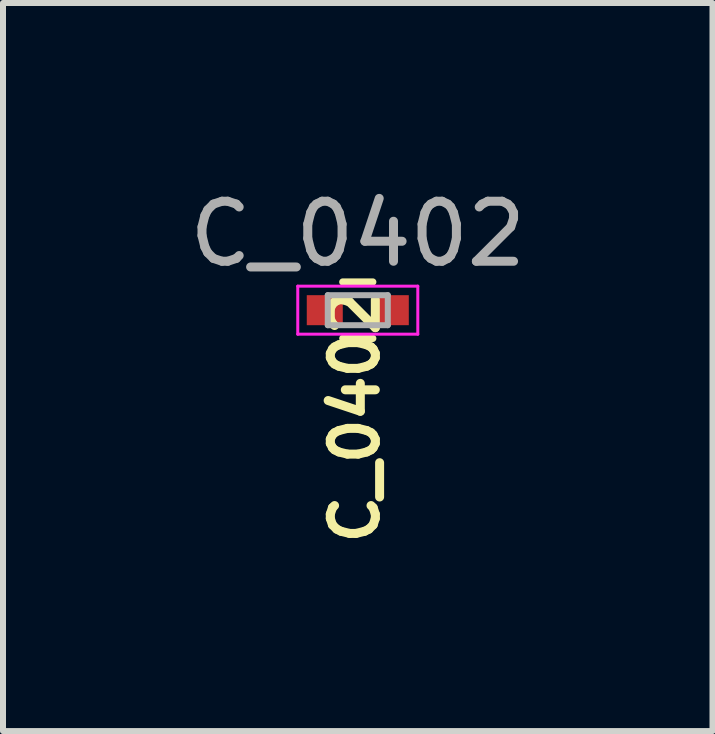
<source format=kicad_pcb>
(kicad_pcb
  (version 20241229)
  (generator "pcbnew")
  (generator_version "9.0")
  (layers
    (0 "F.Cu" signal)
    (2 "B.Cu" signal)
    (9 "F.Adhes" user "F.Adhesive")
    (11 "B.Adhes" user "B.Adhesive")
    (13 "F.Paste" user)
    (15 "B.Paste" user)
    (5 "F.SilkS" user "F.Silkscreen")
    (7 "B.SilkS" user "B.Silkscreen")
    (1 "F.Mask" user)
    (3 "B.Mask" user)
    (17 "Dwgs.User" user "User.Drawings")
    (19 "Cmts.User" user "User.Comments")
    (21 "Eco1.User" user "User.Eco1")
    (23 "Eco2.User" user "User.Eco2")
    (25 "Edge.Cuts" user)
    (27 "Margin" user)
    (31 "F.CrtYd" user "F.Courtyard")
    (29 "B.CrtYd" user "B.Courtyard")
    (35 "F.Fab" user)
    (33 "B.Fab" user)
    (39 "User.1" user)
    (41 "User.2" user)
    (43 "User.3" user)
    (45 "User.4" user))
  (footprint "C_0402"
    (layer "F.Cu")
    (at 2.911 2.118)
    (property "Reference" "C_0402" (at -0.047 1.773 90) (layer "F.SilkS") (effects (font (size 0.75 0.75) (thickness 0.15))))
    (attr smd)
    (fp_line (start -0.25 0.47) (end 0.25 0.47) (stroke (width 0.12) (type solid)) (layer "F.SilkS"))
    (fp_line (start 0.25 -0.47) (end -0.25 -0.47) (stroke (width 0.12) (type solid)) (layer "F.SilkS"))
    (fp_line (start -1 -0.4) (end -1 0.4) (stroke (width 0.05) (type solid)) (layer "F.CrtYd"))
    (fp_line (start -1 -0.4) (end 1 -0.4) (stroke (width 0.05) (type solid)) (layer "F.CrtYd"))
    (fp_line (start 1 0.4) (end -1 0.4) (stroke (width 0.05) (type solid)) (layer "F.CrtYd"))
    (fp_line (start 1 0.4) (end 1 -0.4) (stroke (width 0.05) (type solid)) (layer "F.CrtYd"))
    (fp_line (start -0.5 -0.25) (end 0.5 -0.25) (stroke (width 0.1) (type solid)) (layer "F.Fab"))
    (fp_line (start -0.5 0.25) (end -0.5 -0.25) (stroke (width 0.1) (type solid)) (layer "F.Fab"))
    (fp_line (start 0.5 -0.25) (end 0.5 0.25) (stroke (width 0.1) (type solid)) (layer "F.Fab"))
    (fp_line (start 0.5 0.25) (end -0.5 0.25) (stroke (width 0.1) (type solid)) (layer "F.Fab"))
    (fp_text user "${REFERENCE}" (at 0 -1.27 0) (layer "F.Fab") (effects (font (size 1 1) (thickness 0.15))))
    (pad "1" smd rect (at -0.55 0) (size 0.6 0.5) (layers "F.Cu" "F.Mask" "F.Paste"))
    (pad "2" smd rect (at 0.55 0) (size 0.6 0.5) (layers "F.Cu" "F.Mask" "F.Paste")))
  (gr_rect
    (start -3 -3)
    (end 8.821 9.13)
    (stroke (width 0.1) (type default))
    (fill no)
    (layer "Edge.Cuts")))
</source>
